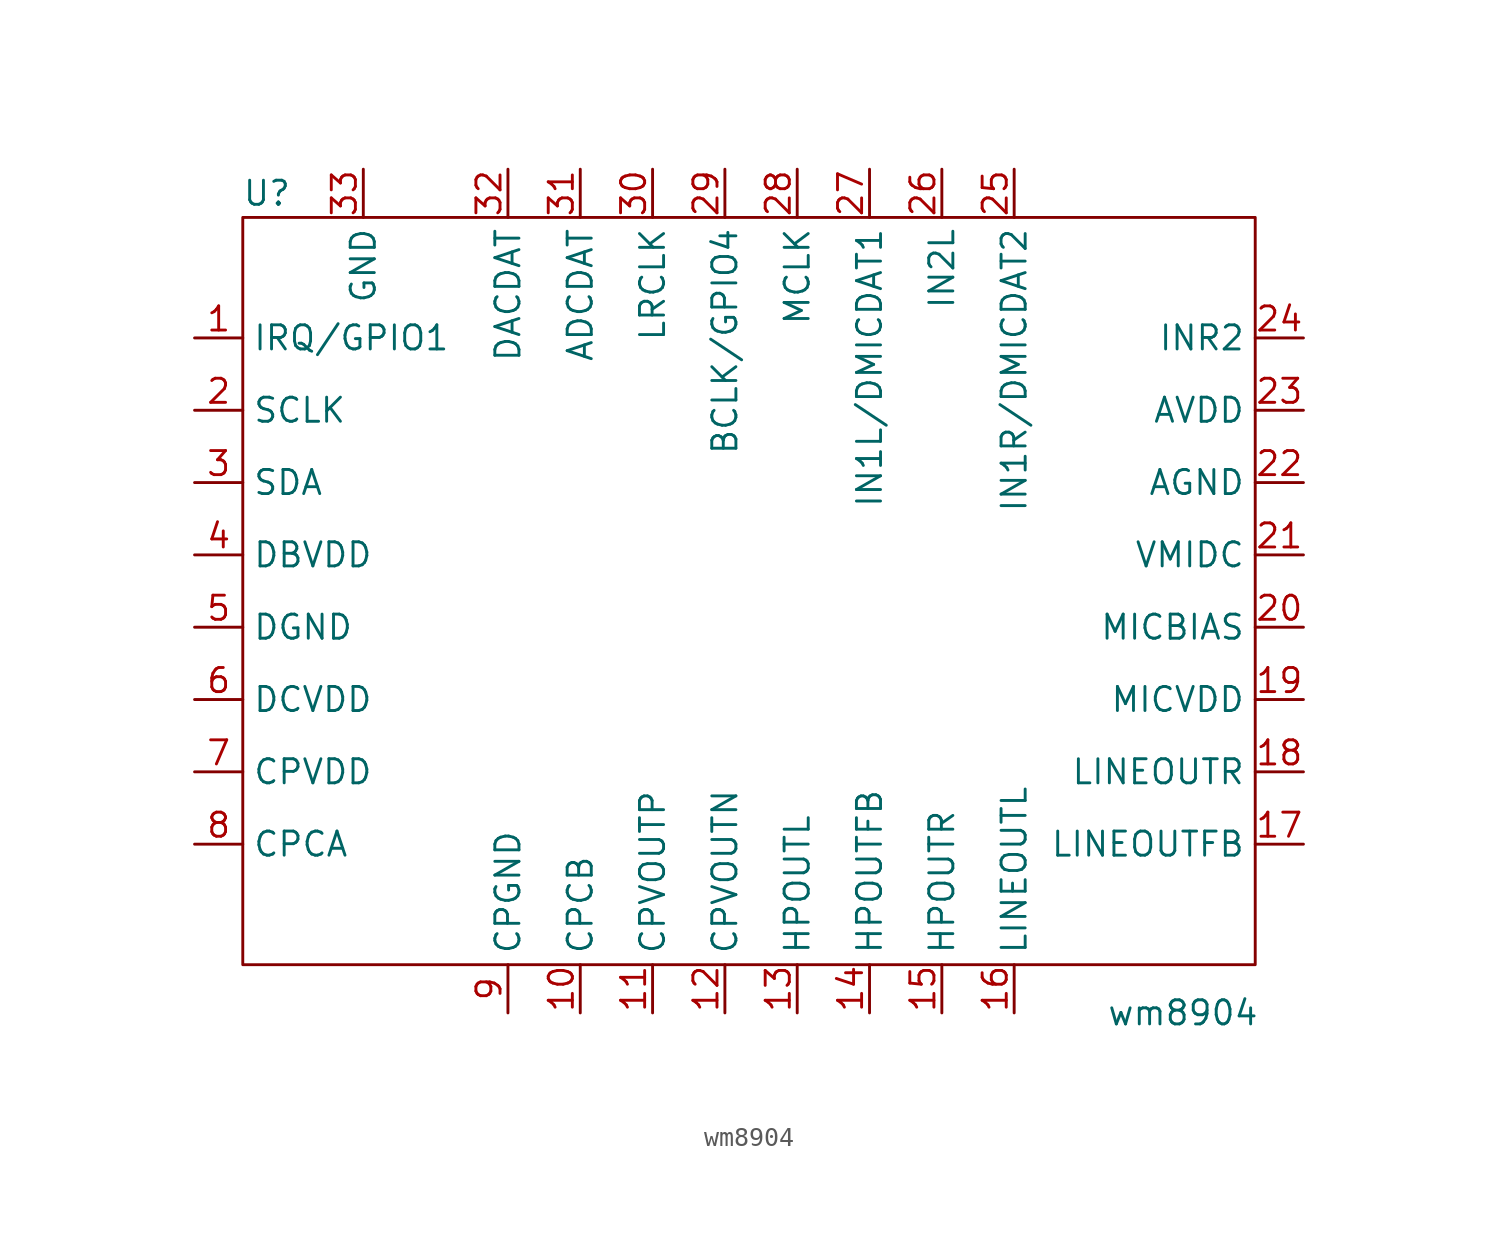
<source format=kicad_sym>
(kicad_symbol_lib
  (version 20211014)
  (generator kicad_symbol_editor)
  (symbol "wm8904"
    (property "Reference" "U"
      (at -25.4 21.59 0)
      (effects (font (size 1.27 1.27))))
    (property "Value" "wm8904"
      (at 22.86 -21.59 0)
      (effects (font (size 1.27 1.27))))
    (symbol "wm8904_0_1"
      (rectangle (start -26.67 20.32) (end 26.67 -19.05) (stroke (width 0) (type default) (color 0 0 0 0)) (fill (type none))))
    (symbol "wm8904_1_1"
      (pin unspecified line (at -29.21 13.97 0) (length 2.54) (name "IRQ/GPIO1" (effects (font (size 1.27 1.27)))) (number "1" (effects (font (size 1.27 1.27)))))
      (pin unspecified line (at -8.89 -21.59 90) (length 2.54) (name "CPCB" (effects (font (size 1.27 1.27)))) (number "10" (effects (font (size 1.27 1.27)))))
      (pin unspecified line (at -5.08 -21.59 90) (length 2.54) (name "CPVOUTP" (effects (font (size 1.27 1.27)))) (number "11" (effects (font (size 1.27 1.27)))))
      (pin unspecified line (at -1.27 -21.59 90) (length 2.54) (name "CPVOUTN" (effects (font (size 1.27 1.27)))) (number "12" (effects (font (size 1.27 1.27)))))
      (pin unspecified line (at 2.54 -21.59 90) (length 2.54) (name "HPOUTL" (effects (font (size 1.27 1.27)))) (number "13" (effects (font (size 1.27 1.27)))))
      (pin unspecified line (at 6.35 -21.59 90) (length 2.54) (name "HPOUTFB" (effects (font (size 1.27 1.27)))) (number "14" (effects (font (size 1.27 1.27)))))
      (pin unspecified line (at 10.16 -21.59 90) (length 2.54) (name "HPOUTR" (effects (font (size 1.27 1.27)))) (number "15" (effects (font (size 1.27 1.27)))))
      (pin unspecified line (at 13.97 -21.59 90) (length 2.54) (name "LINEOUTL" (effects (font (size 1.27 1.27)))) (number "16" (effects (font (size 1.27 1.27)))))
      (pin unspecified line (at 29.21 -12.7 180) (length 2.54) (name "LINEOUTFB" (effects (font (size 1.27 1.27)))) (number "17" (effects (font (size 1.27 1.27)))))
      (pin unspecified line (at 29.21 -8.89 180) (length 2.54) (name "LINEOUTR" (effects (font (size 1.27 1.27)))) (number "18" (effects (font (size 1.27 1.27)))))
      (pin unspecified line (at 29.21 -5.08 180) (length 2.54) (name "MICVDD" (effects (font (size 1.27 1.27)))) (number "19" (effects (font (size 1.27 1.27)))))
      (pin unspecified line (at -29.21 10.16 0) (length 2.54) (name "SCLK" (effects (font (size 1.27 1.27)))) (number "2" (effects (font (size 1.27 1.27)))))
      (pin unspecified line (at 29.21 -1.27 180) (length 2.54) (name "MICBIAS" (effects (font (size 1.27 1.27)))) (number "20" (effects (font (size 1.27 1.27)))))
      (pin unspecified line (at 29.21 2.54 180) (length 2.54) (name "VMIDC" (effects (font (size 1.27 1.27)))) (number "21" (effects (font (size 1.27 1.27)))))
      (pin unspecified line (at 29.21 6.35 180) (length 2.54) (name "AGND" (effects (font (size 1.27 1.27)))) (number "22" (effects (font (size 1.27 1.27)))))
      (pin unspecified line (at 29.21 10.16 180) (length 2.54) (name "AVDD" (effects (font (size 1.27 1.27)))) (number "23" (effects (font (size 1.27 1.27)))))
      (pin unspecified line (at 29.21 13.97 180) (length 2.54) (name "INR2" (effects (font (size 1.27 1.27)))) (number "24" (effects (font (size 1.27 1.27)))))
      (pin unspecified line (at 13.97 22.86 270) (length 2.54) (name "IN1R/DMICDAT2" (effects (font (size 1.27 1.27)))) (number "25" (effects (font (size 1.27 1.27)))))
      (pin unspecified line (at 10.16 22.86 270) (length 2.54) (name "IN2L" (effects (font (size 1.27 1.27)))) (number "26" (effects (font (size 1.27 1.27)))))
      (pin unspecified line (at 6.35 22.86 270) (length 2.54) (name "IN1L/DMICDAT1" (effects (font (size 1.27 1.27)))) (number "27" (effects (font (size 1.27 1.27)))))
      (pin unspecified line (at 2.54 22.86 270) (length 2.54) (name "MCLK" (effects (font (size 1.27 1.27)))) (number "28" (effects (font (size 1.27 1.27)))))
      (pin unspecified line (at -1.27 22.86 270) (length 2.54) (name "BCLK/GPIO4" (effects (font (size 1.27 1.27)))) (number "29" (effects (font (size 1.27 1.27)))))
      (pin unspecified line (at -29.21 6.35 0) (length 2.54) (name "SDA" (effects (font (size 1.27 1.27)))) (number "3" (effects (font (size 1.27 1.27)))))
      (pin unspecified line (at -5.08 22.86 270) (length 2.54) (name "LRCLK" (effects (font (size 1.27 1.27)))) (number "30" (effects (font (size 1.27 1.27)))))
      (pin unspecified line (at -8.89 22.86 270) (length 2.54) (name "ADCDAT" (effects (font (size 1.27 1.27)))) (number "31" (effects (font (size 1.27 1.27)))))
      (pin unspecified line (at -12.7 22.86 270) (length 2.54) (name "DACDAT" (effects (font (size 1.27 1.27)))) (number "32" (effects (font (size 1.27 1.27)))))
      (pin unspecified line (at -20.32 22.86 270) (length 2.54) (name "GND" (effects (font (size 1.27 1.27)))) (number "33" (effects (font (size 1.27 1.27)))))
      (pin unspecified line (at -29.21 2.54 0) (length 2.54) (name "DBVDD" (effects (font (size 1.27 1.27)))) (number "4" (effects (font (size 1.27 1.27)))))
      (pin unspecified line (at -29.21 -1.27 0) (length 2.54) (name "DGND" (effects (font (size 1.27 1.27)))) (number "5" (effects (font (size 1.27 1.27)))))
      (pin unspecified line (at -29.21 -5.08 0) (length 2.54) (name "DCVDD" (effects (font (size 1.27 1.27)))) (number "6" (effects (font (size 1.27 1.27)))))
      (pin unspecified line (at -29.21 -8.89 0) (length 2.54) (name "CPVDD" (effects (font (size 1.27 1.27)))) (number "7" (effects (font (size 1.27 1.27)))))
      (pin unspecified line (at -29.21 -12.7 0) (length 2.54) (name "CPCA" (effects (font (size 1.27 1.27)))) (number "8" (effects (font (size 1.27 1.27)))))
      (pin unspecified line (at -12.7 -21.59 90) (length 2.54) (name "CPGND" (effects (font (size 1.27 1.27)))) (number "9" (effects (font (size 1.27 1.27))))))))
</source>
